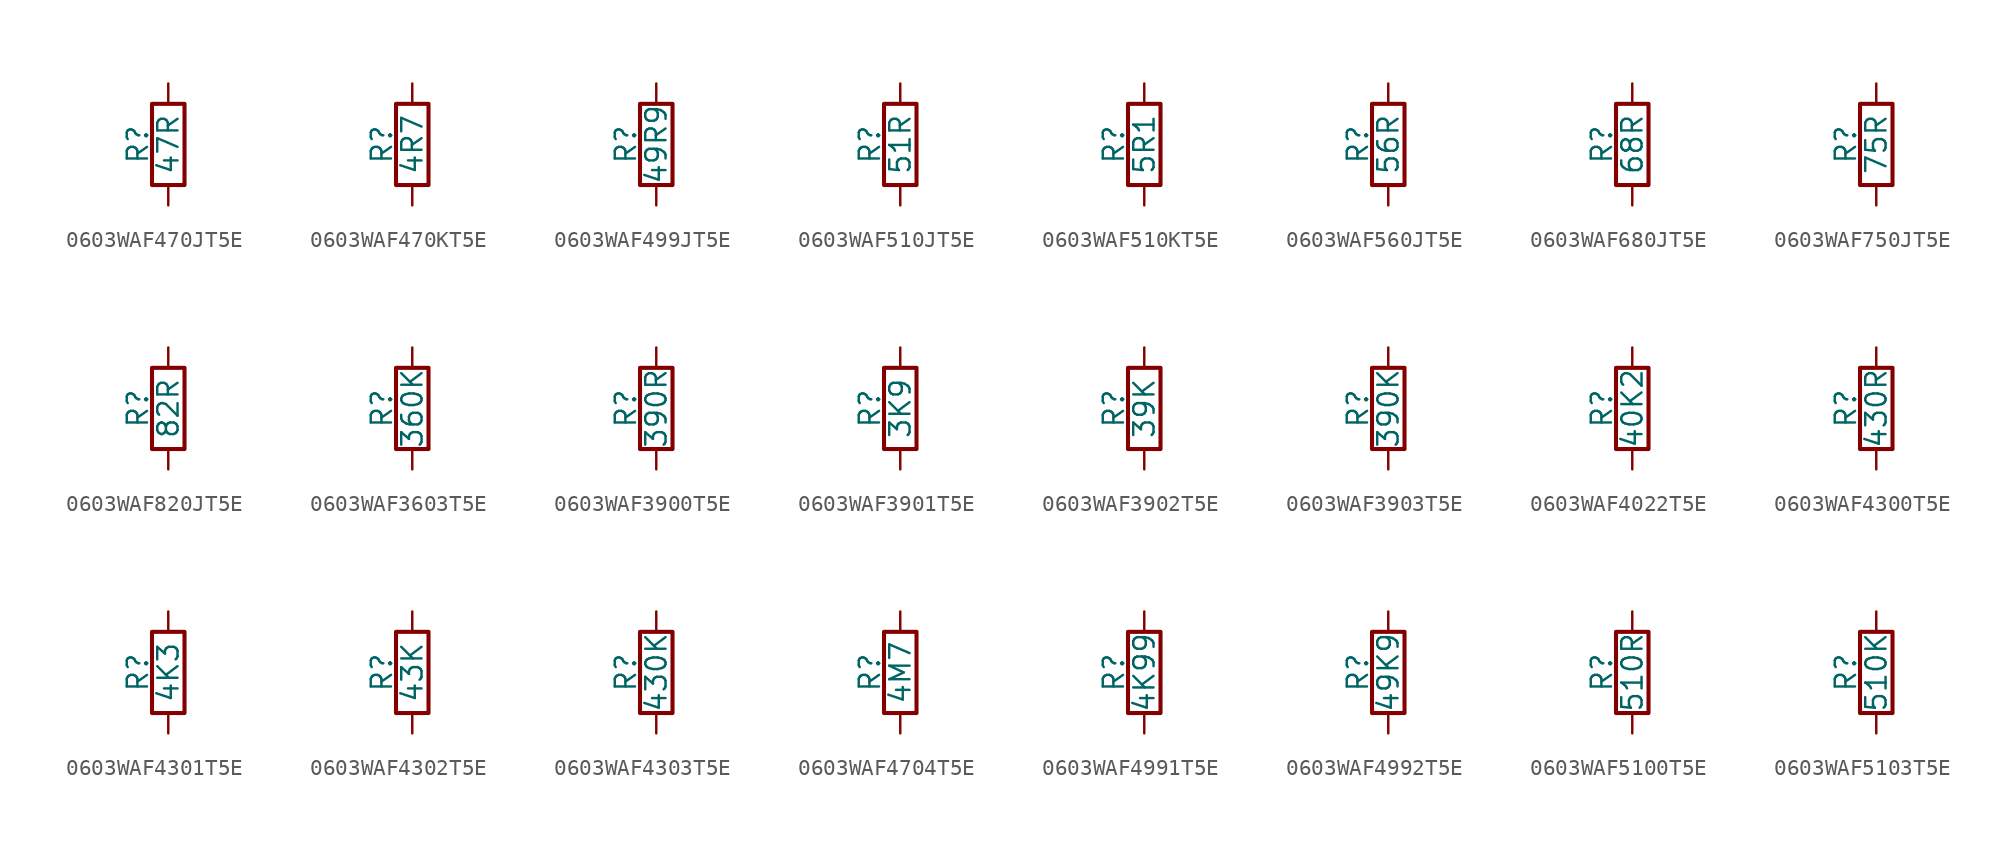
<source format=kicad_sym>
(kicad_symbol_lib
  (version 20211014)
  (generator conandllu_kicad_symbol_generator_20230404_23:29:43)
  (symbol "0603WAF470JT5E"
    (pin_numbers hide)
    (pin_names
      (offset 0))
    (property "Reference" "R"
      (at -1.905 0 90)
      (effects (font (size 1.27 1.27))))
    (property "Value" "47R"
      (at 0 0 90)
      (effects (font (size 1.27 1.27))))
    (symbol "0603WAF470JT5E_0_1"
      (rectangle (start -1.016 -2.54) (end 1.016 2.54) (stroke (width 0.254) (type default) (color 0 0 0 0)) (fill (type none))))
    (symbol "0603WAF470JT5E_1_1"
      (pin passive line (at 0 3.81 270) (length 1.27) (name "~" (effects (font (size 1.27 1.27)))) (number "1" (effects (font (size 1.27 1.27)))))
      (pin passive line (at 0 -3.81 90) (length 1.27) (name "~" (effects (font (size 1.27 1.27)))) (number "2" (effects (font (size 1.27 1.27)))))))
  (symbol "0603WAF470KT5E"
    (pin_numbers hide)
    (pin_names
      (offset 0))
    (property "Reference" "R"
      (at -1.905 0 90)
      (effects (font (size 1.27 1.27))))
    (property "Value" "4R7"
      (at 0 0 90)
      (effects (font (size 1.27 1.27))))
    (symbol "0603WAF470KT5E_0_1"
      (rectangle (start -1.016 -2.54) (end 1.016 2.54) (stroke (width 0.254) (type default) (color 0 0 0 0)) (fill (type none))))
    (symbol "0603WAF470KT5E_1_1"
      (pin passive line (at 0 3.81 270) (length 1.27) (name "~" (effects (font (size 1.27 1.27)))) (number "1" (effects (font (size 1.27 1.27)))))
      (pin passive line (at 0 -3.81 90) (length 1.27) (name "~" (effects (font (size 1.27 1.27)))) (number "2" (effects (font (size 1.27 1.27)))))))
  (symbol "0603WAF499JT5E"
    (pin_numbers hide)
    (pin_names
      (offset 0))
    (property "Reference" "R"
      (at -1.905 0 90)
      (effects (font (size 1.27 1.27))))
    (property "Value" "49R9"
      (at 0 0 90)
      (effects (font (size 1.27 1.27))))
    (symbol "0603WAF499JT5E_0_1"
      (rectangle (start -1.016 -2.54) (end 1.016 2.54) (stroke (width 0.254) (type default) (color 0 0 0 0)) (fill (type none))))
    (symbol "0603WAF499JT5E_1_1"
      (pin passive line (at 0 3.81 270) (length 1.27) (name "~" (effects (font (size 1.27 1.27)))) (number "1" (effects (font (size 1.27 1.27)))))
      (pin passive line (at 0 -3.81 90) (length 1.27) (name "~" (effects (font (size 1.27 1.27)))) (number "2" (effects (font (size 1.27 1.27)))))))
  (symbol "0603WAF510JT5E"
    (pin_numbers hide)
    (pin_names
      (offset 0))
    (property "Reference" "R"
      (at -1.905 0 90)
      (effects (font (size 1.27 1.27))))
    (property "Value" "51R"
      (at 0 0 90)
      (effects (font (size 1.27 1.27))))
    (symbol "0603WAF510JT5E_0_1"
      (rectangle (start -1.016 -2.54) (end 1.016 2.54) (stroke (width 0.254) (type default) (color 0 0 0 0)) (fill (type none))))
    (symbol "0603WAF510JT5E_1_1"
      (pin passive line (at 0 3.81 270) (length 1.27) (name "~" (effects (font (size 1.27 1.27)))) (number "1" (effects (font (size 1.27 1.27)))))
      (pin passive line (at 0 -3.81 90) (length 1.27) (name "~" (effects (font (size 1.27 1.27)))) (number "2" (effects (font (size 1.27 1.27)))))))
  (symbol "0603WAF510KT5E"
    (pin_numbers hide)
    (pin_names
      (offset 0))
    (property "Reference" "R"
      (at -1.905 0 90)
      (effects (font (size 1.27 1.27))))
    (property "Value" "5R1"
      (at 0 0 90)
      (effects (font (size 1.27 1.27))))
    (symbol "0603WAF510KT5E_0_1"
      (rectangle (start -1.016 -2.54) (end 1.016 2.54) (stroke (width 0.254) (type default) (color 0 0 0 0)) (fill (type none))))
    (symbol "0603WAF510KT5E_1_1"
      (pin passive line (at 0 3.81 270) (length 1.27) (name "~" (effects (font (size 1.27 1.27)))) (number "1" (effects (font (size 1.27 1.27)))))
      (pin passive line (at 0 -3.81 90) (length 1.27) (name "~" (effects (font (size 1.27 1.27)))) (number "2" (effects (font (size 1.27 1.27)))))))
  (symbol "0603WAF560JT5E"
    (pin_numbers hide)
    (pin_names
      (offset 0))
    (property "Reference" "R"
      (at -1.905 0 90)
      (effects (font (size 1.27 1.27))))
    (property "Value" "56R"
      (at 0 0 90)
      (effects (font (size 1.27 1.27))))
    (symbol "0603WAF560JT5E_0_1"
      (rectangle (start -1.016 -2.54) (end 1.016 2.54) (stroke (width 0.254) (type default) (color 0 0 0 0)) (fill (type none))))
    (symbol "0603WAF560JT5E_1_1"
      (pin passive line (at 0 3.81 270) (length 1.27) (name "~" (effects (font (size 1.27 1.27)))) (number "1" (effects (font (size 1.27 1.27)))))
      (pin passive line (at 0 -3.81 90) (length 1.27) (name "~" (effects (font (size 1.27 1.27)))) (number "2" (effects (font (size 1.27 1.27)))))))
  (symbol "0603WAF680JT5E"
    (pin_numbers hide)
    (pin_names
      (offset 0))
    (property "Reference" "R"
      (at -1.905 0 90)
      (effects (font (size 1.27 1.27))))
    (property "Value" "68R"
      (at 0 0 90)
      (effects (font (size 1.27 1.27))))
    (symbol "0603WAF680JT5E_0_1"
      (rectangle (start -1.016 -2.54) (end 1.016 2.54) (stroke (width 0.254) (type default) (color 0 0 0 0)) (fill (type none))))
    (symbol "0603WAF680JT5E_1_1"
      (pin passive line (at 0 3.81 270) (length 1.27) (name "~" (effects (font (size 1.27 1.27)))) (number "1" (effects (font (size 1.27 1.27)))))
      (pin passive line (at 0 -3.81 90) (length 1.27) (name "~" (effects (font (size 1.27 1.27)))) (number "2" (effects (font (size 1.27 1.27)))))))
  (symbol "0603WAF750JT5E"
    (pin_numbers hide)
    (pin_names
      (offset 0))
    (property "Reference" "R"
      (at -1.905 0 90)
      (effects (font (size 1.27 1.27))))
    (property "Value" "75R"
      (at 0 0 90)
      (effects (font (size 1.27 1.27))))
    (symbol "0603WAF750JT5E_0_1"
      (rectangle (start -1.016 -2.54) (end 1.016 2.54) (stroke (width 0.254) (type default) (color 0 0 0 0)) (fill (type none))))
    (symbol "0603WAF750JT5E_1_1"
      (pin passive line (at 0 3.81 270) (length 1.27) (name "~" (effects (font (size 1.27 1.27)))) (number "1" (effects (font (size 1.27 1.27)))))
      (pin passive line (at 0 -3.81 90) (length 1.27) (name "~" (effects (font (size 1.27 1.27)))) (number "2" (effects (font (size 1.27 1.27)))))))
  (symbol "0603WAF820JT5E"
    (pin_numbers hide)
    (pin_names
      (offset 0))
    (property "Reference" "R"
      (at -1.905 0 90)
      (effects (font (size 1.27 1.27))))
    (property "Value" "82R"
      (at 0 0 90)
      (effects (font (size 1.27 1.27))))
    (symbol "0603WAF820JT5E_0_1"
      (rectangle (start -1.016 -2.54) (end 1.016 2.54) (stroke (width 0.254) (type default) (color 0 0 0 0)) (fill (type none))))
    (symbol "0603WAF820JT5E_1_1"
      (pin passive line (at 0 3.81 270) (length 1.27) (name "~" (effects (font (size 1.27 1.27)))) (number "1" (effects (font (size 1.27 1.27)))))
      (pin passive line (at 0 -3.81 90) (length 1.27) (name "~" (effects (font (size 1.27 1.27)))) (number "2" (effects (font (size 1.27 1.27)))))))
  (symbol "0603WAF3603T5E"
    (pin_numbers hide)
    (pin_names
      (offset 0))
    (property "Reference" "R"
      (at -1.905 0 90)
      (effects (font (size 1.27 1.27))))
    (property "Value" "360K"
      (at 0 0 90)
      (effects (font (size 1.27 1.27))))
    (symbol "0603WAF3603T5E_0_1"
      (rectangle (start -1.016 -2.54) (end 1.016 2.54) (stroke (width 0.254) (type default) (color 0 0 0 0)) (fill (type none))))
    (symbol "0603WAF3603T5E_1_1"
      (pin passive line (at 0 3.81 270) (length 1.27) (name "~" (effects (font (size 1.27 1.27)))) (number "1" (effects (font (size 1.27 1.27)))))
      (pin passive line (at 0 -3.81 90) (length 1.27) (name "~" (effects (font (size 1.27 1.27)))) (number "2" (effects (font (size 1.27 1.27)))))))
  (symbol "0603WAF3900T5E"
    (pin_numbers hide)
    (pin_names
      (offset 0))
    (property "Reference" "R"
      (at -1.905 0 90)
      (effects (font (size 1.27 1.27))))
    (property "Value" "390R"
      (at 0 0 90)
      (effects (font (size 1.27 1.27))))
    (symbol "0603WAF3900T5E_0_1"
      (rectangle (start -1.016 -2.54) (end 1.016 2.54) (stroke (width 0.254) (type default) (color 0 0 0 0)) (fill (type none))))
    (symbol "0603WAF3900T5E_1_1"
      (pin passive line (at 0 3.81 270) (length 1.27) (name "~" (effects (font (size 1.27 1.27)))) (number "1" (effects (font (size 1.27 1.27)))))
      (pin passive line (at 0 -3.81 90) (length 1.27) (name "~" (effects (font (size 1.27 1.27)))) (number "2" (effects (font (size 1.27 1.27)))))))
  (symbol "0603WAF3901T5E"
    (pin_numbers hide)
    (pin_names
      (offset 0))
    (property "Reference" "R"
      (at -1.905 0 90)
      (effects (font (size 1.27 1.27))))
    (property "Value" "3K9"
      (at 0 0 90)
      (effects (font (size 1.27 1.27))))
    (symbol "0603WAF3901T5E_0_1"
      (rectangle (start -1.016 -2.54) (end 1.016 2.54) (stroke (width 0.254) (type default) (color 0 0 0 0)) (fill (type none))))
    (symbol "0603WAF3901T5E_1_1"
      (pin passive line (at 0 3.81 270) (length 1.27) (name "~" (effects (font (size 1.27 1.27)))) (number "1" (effects (font (size 1.27 1.27)))))
      (pin passive line (at 0 -3.81 90) (length 1.27) (name "~" (effects (font (size 1.27 1.27)))) (number "2" (effects (font (size 1.27 1.27)))))))
  (symbol "0603WAF3902T5E"
    (pin_numbers hide)
    (pin_names
      (offset 0))
    (property "Reference" "R"
      (at -1.905 0 90)
      (effects (font (size 1.27 1.27))))
    (property "Value" "39K"
      (at 0 0 90)
      (effects (font (size 1.27 1.27))))
    (symbol "0603WAF3902T5E_0_1"
      (rectangle (start -1.016 -2.54) (end 1.016 2.54) (stroke (width 0.254) (type default) (color 0 0 0 0)) (fill (type none))))
    (symbol "0603WAF3902T5E_1_1"
      (pin passive line (at 0 3.81 270) (length 1.27) (name "~" (effects (font (size 1.27 1.27)))) (number "1" (effects (font (size 1.27 1.27)))))
      (pin passive line (at 0 -3.81 90) (length 1.27) (name "~" (effects (font (size 1.27 1.27)))) (number "2" (effects (font (size 1.27 1.27)))))))
  (symbol "0603WAF3903T5E"
    (pin_numbers hide)
    (pin_names
      (offset 0))
    (property "Reference" "R"
      (at -1.905 0 90)
      (effects (font (size 1.27 1.27))))
    (property "Value" "390K"
      (at 0 0 90)
      (effects (font (size 1.27 1.27))))
    (symbol "0603WAF3903T5E_0_1"
      (rectangle (start -1.016 -2.54) (end 1.016 2.54) (stroke (width 0.254) (type default) (color 0 0 0 0)) (fill (type none))))
    (symbol "0603WAF3903T5E_1_1"
      (pin passive line (at 0 3.81 270) (length 1.27) (name "~" (effects (font (size 1.27 1.27)))) (number "1" (effects (font (size 1.27 1.27)))))
      (pin passive line (at 0 -3.81 90) (length 1.27) (name "~" (effects (font (size 1.27 1.27)))) (number "2" (effects (font (size 1.27 1.27)))))))
  (symbol "0603WAF4022T5E"
    (pin_numbers hide)
    (pin_names
      (offset 0))
    (property "Reference" "R"
      (at -1.905 0 90)
      (effects (font (size 1.27 1.27))))
    (property "Value" "40K2"
      (at 0 0 90)
      (effects (font (size 1.27 1.27))))
    (symbol "0603WAF4022T5E_0_1"
      (rectangle (start -1.016 -2.54) (end 1.016 2.54) (stroke (width 0.254) (type default) (color 0 0 0 0)) (fill (type none))))
    (symbol "0603WAF4022T5E_1_1"
      (pin passive line (at 0 3.81 270) (length 1.27) (name "~" (effects (font (size 1.27 1.27)))) (number "1" (effects (font (size 1.27 1.27)))))
      (pin passive line (at 0 -3.81 90) (length 1.27) (name "~" (effects (font (size 1.27 1.27)))) (number "2" (effects (font (size 1.27 1.27)))))))
  (symbol "0603WAF4300T5E"
    (pin_numbers hide)
    (pin_names
      (offset 0))
    (property "Reference" "R"
      (at -1.905 0 90)
      (effects (font (size 1.27 1.27))))
    (property "Value" "430R"
      (at 0 0 90)
      (effects (font (size 1.27 1.27))))
    (symbol "0603WAF4300T5E_0_1"
      (rectangle (start -1.016 -2.54) (end 1.016 2.54) (stroke (width 0.254) (type default) (color 0 0 0 0)) (fill (type none))))
    (symbol "0603WAF4300T5E_1_1"
      (pin passive line (at 0 3.81 270) (length 1.27) (name "~" (effects (font (size 1.27 1.27)))) (number "1" (effects (font (size 1.27 1.27)))))
      (pin passive line (at 0 -3.81 90) (length 1.27) (name "~" (effects (font (size 1.27 1.27)))) (number "2" (effects (font (size 1.27 1.27)))))))
  (symbol "0603WAF4301T5E"
    (pin_numbers hide)
    (pin_names
      (offset 0))
    (property "Reference" "R"
      (at -1.905 0 90)
      (effects (font (size 1.27 1.27))))
    (property "Value" "4K3"
      (at 0 0 90)
      (effects (font (size 1.27 1.27))))
    (symbol "0603WAF4301T5E_0_1"
      (rectangle (start -1.016 -2.54) (end 1.016 2.54) (stroke (width 0.254) (type default) (color 0 0 0 0)) (fill (type none))))
    (symbol "0603WAF4301T5E_1_1"
      (pin passive line (at 0 3.81 270) (length 1.27) (name "~" (effects (font (size 1.27 1.27)))) (number "1" (effects (font (size 1.27 1.27)))))
      (pin passive line (at 0 -3.81 90) (length 1.27) (name "~" (effects (font (size 1.27 1.27)))) (number "2" (effects (font (size 1.27 1.27)))))))
  (symbol "0603WAF4302T5E"
    (pin_numbers hide)
    (pin_names
      (offset 0))
    (property "Reference" "R"
      (at -1.905 0 90)
      (effects (font (size 1.27 1.27))))
    (property "Value" "43K"
      (at 0 0 90)
      (effects (font (size 1.27 1.27))))
    (symbol "0603WAF4302T5E_0_1"
      (rectangle (start -1.016 -2.54) (end 1.016 2.54) (stroke (width 0.254) (type default) (color 0 0 0 0)) (fill (type none))))
    (symbol "0603WAF4302T5E_1_1"
      (pin passive line (at 0 3.81 270) (length 1.27) (name "~" (effects (font (size 1.27 1.27)))) (number "1" (effects (font (size 1.27 1.27)))))
      (pin passive line (at 0 -3.81 90) (length 1.27) (name "~" (effects (font (size 1.27 1.27)))) (number "2" (effects (font (size 1.27 1.27)))))))
  (symbol "0603WAF4303T5E"
    (pin_numbers hide)
    (pin_names
      (offset 0))
    (property "Reference" "R"
      (at -1.905 0 90)
      (effects (font (size 1.27 1.27))))
    (property "Value" "430K"
      (at 0 0 90)
      (effects (font (size 1.27 1.27))))
    (symbol "0603WAF4303T5E_0_1"
      (rectangle (start -1.016 -2.54) (end 1.016 2.54) (stroke (width 0.254) (type default) (color 0 0 0 0)) (fill (type none))))
    (symbol "0603WAF4303T5E_1_1"
      (pin passive line (at 0 3.81 270) (length 1.27) (name "~" (effects (font (size 1.27 1.27)))) (number "1" (effects (font (size 1.27 1.27)))))
      (pin passive line (at 0 -3.81 90) (length 1.27) (name "~" (effects (font (size 1.27 1.27)))) (number "2" (effects (font (size 1.27 1.27)))))))
  (symbol "0603WAF4704T5E"
    (pin_numbers hide)
    (pin_names
      (offset 0))
    (property "Reference" "R"
      (at -1.905 0 90)
      (effects (font (size 1.27 1.27))))
    (property "Value" "4M7"
      (at 0 0 90)
      (effects (font (size 1.27 1.27))))
    (symbol "0603WAF4704T5E_0_1"
      (rectangle (start -1.016 -2.54) (end 1.016 2.54) (stroke (width 0.254) (type default) (color 0 0 0 0)) (fill (type none))))
    (symbol "0603WAF4704T5E_1_1"
      (pin passive line (at 0 3.81 270) (length 1.27) (name "~" (effects (font (size 1.27 1.27)))) (number "1" (effects (font (size 1.27 1.27)))))
      (pin passive line (at 0 -3.81 90) (length 1.27) (name "~" (effects (font (size 1.27 1.27)))) (number "2" (effects (font (size 1.27 1.27)))))))
  (symbol "0603WAF4991T5E"
    (pin_numbers hide)
    (pin_names
      (offset 0))
    (property "Reference" "R"
      (at -1.905 0 90)
      (effects (font (size 1.27 1.27))))
    (property "Value" "4K99"
      (at 0 0 90)
      (effects (font (size 1.27 1.27))))
    (symbol "0603WAF4991T5E_0_1"
      (rectangle (start -1.016 -2.54) (end 1.016 2.54) (stroke (width 0.254) (type default) (color 0 0 0 0)) (fill (type none))))
    (symbol "0603WAF4991T5E_1_1"
      (pin passive line (at 0 3.81 270) (length 1.27) (name "~" (effects (font (size 1.27 1.27)))) (number "1" (effects (font (size 1.27 1.27)))))
      (pin passive line (at 0 -3.81 90) (length 1.27) (name "~" (effects (font (size 1.27 1.27)))) (number "2" (effects (font (size 1.27 1.27)))))))
  (symbol "0603WAF4992T5E"
    (pin_numbers hide)
    (pin_names
      (offset 0))
    (property "Reference" "R"
      (at -1.905 0 90)
      (effects (font (size 1.27 1.27))))
    (property "Value" "49K9"
      (at 0 0 90)
      (effects (font (size 1.27 1.27))))
    (symbol "0603WAF4992T5E_0_1"
      (rectangle (start -1.016 -2.54) (end 1.016 2.54) (stroke (width 0.254) (type default) (color 0 0 0 0)) (fill (type none))))
    (symbol "0603WAF4992T5E_1_1"
      (pin passive line (at 0 3.81 270) (length 1.27) (name "~" (effects (font (size 1.27 1.27)))) (number "1" (effects (font (size 1.27 1.27)))))
      (pin passive line (at 0 -3.81 90) (length 1.27) (name "~" (effects (font (size 1.27 1.27)))) (number "2" (effects (font (size 1.27 1.27)))))))
  (symbol "0603WAF5100T5E"
    (pin_numbers hide)
    (pin_names
      (offset 0))
    (property "Reference" "R"
      (at -1.905 0 90)
      (effects (font (size 1.27 1.27))))
    (property "Value" "510R"
      (at 0 0 90)
      (effects (font (size 1.27 1.27))))
    (symbol "0603WAF5100T5E_0_1"
      (rectangle (start -1.016 -2.54) (end 1.016 2.54) (stroke (width 0.254) (type default) (color 0 0 0 0)) (fill (type none))))
    (symbol "0603WAF5100T5E_1_1"
      (pin passive line (at 0 3.81 270) (length 1.27) (name "~" (effects (font (size 1.27 1.27)))) (number "1" (effects (font (size 1.27 1.27)))))
      (pin passive line (at 0 -3.81 90) (length 1.27) (name "~" (effects (font (size 1.27 1.27)))) (number "2" (effects (font (size 1.27 1.27)))))))
  (symbol "0603WAF5103T5E"
    (pin_numbers hide)
    (pin_names
      (offset 0))
    (property "Reference" "R"
      (at -1.905 0 90)
      (effects (font (size 1.27 1.27))))
    (property "Value" "510K"
      (at 0 0 90)
      (effects (font (size 1.27 1.27))))
    (symbol "0603WAF5103T5E_0_1"
      (rectangle (start -1.016 -2.54) (end 1.016 2.54) (stroke (width 0.254) (type default) (color 0 0 0 0)) (fill (type none))))
    (symbol "0603WAF5103T5E_1_1"
      (pin passive line (at 0 3.81 270) (length 1.27) (name "~" (effects (font (size 1.27 1.27)))) (number "1" (effects (font (size 1.27 1.27)))))
      (pin passive line (at 0 -3.81 90) (length 1.27) (name "~" (effects (font (size 1.27 1.27)))) (number "2" (effects (font (size 1.27 1.27))))))))
</source>
